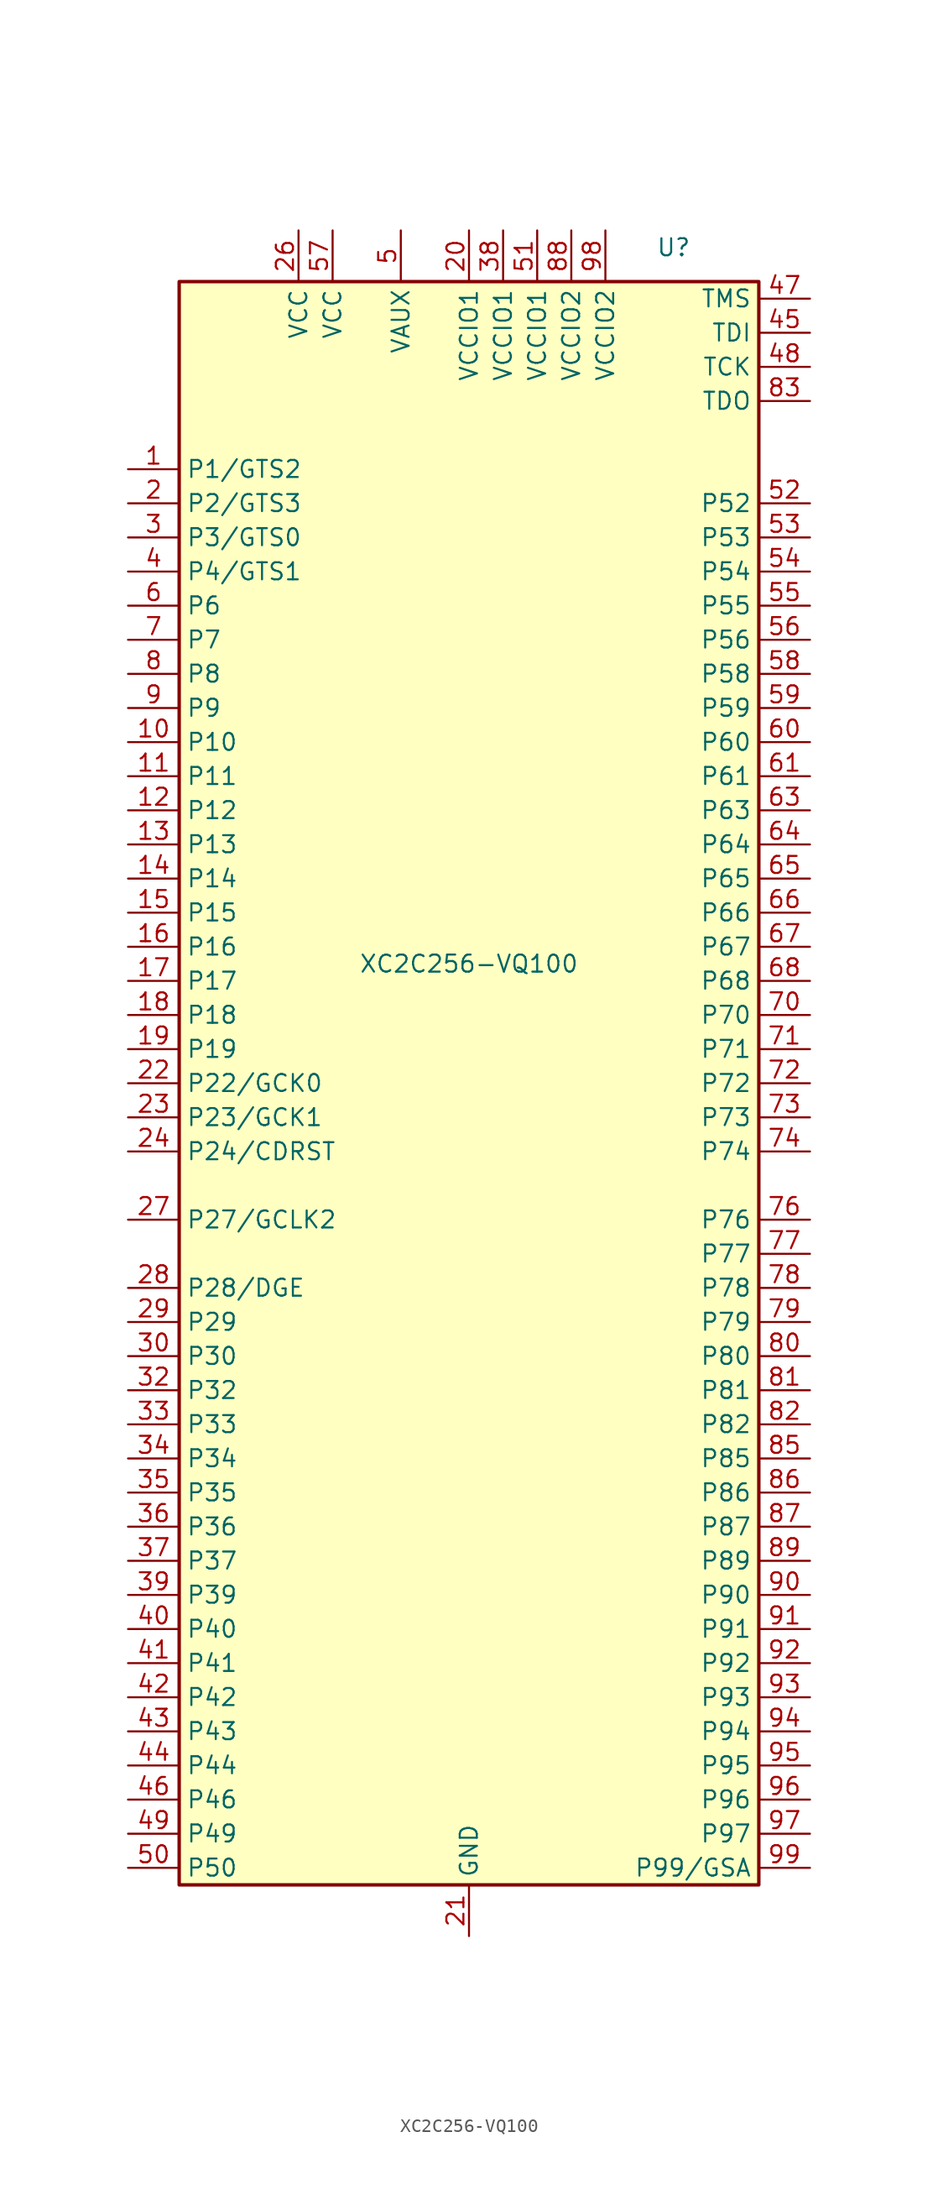
<source format=kicad_sym>
(kicad_symbol_lib
  (version 20201005)
  (generator kicad_symbol_editor)
  (symbol "XC2C256-VQ100"
    (property "Reference" "U"
      (at 15.24 62.23 0)
      (effects (font (size 1.27 1.27))))
    (property "Value" "XC2C256-VQ100"
      (at 0 8.89 0)
      (effects (font (size 1.27 1.27))))
    (symbol "XC2C256-VQ100_0_1"
      (rectangle (start -21.59 59.69) (end 21.59 -59.69) (stroke (width 0.254)) (fill (type background))))
    (symbol "XC2C256-VQ100_1_1"
      (pin bidirectional line (at -25.4 45.72 0) (length 3.81) (name "P1/GTS2" (effects (font (size 1.27 1.27)))) (number "1" (effects (font (size 1.27 1.27)))))
      (pin bidirectional line (at -25.4 25.4 0) (length 3.81) (name "P10" (effects (font (size 1.27 1.27)))) (number "10" (effects (font (size 1.27 1.27)))))
      (pin passive line (at 0 -63.5 90) (length 3.81) hide (name "GND" (effects (font (size 1.27 1.27)))) (number "100" (effects (font (size 1.27 1.27)))))
      (pin bidirectional line (at -25.4 22.86 0) (length 3.81) (name "P11" (effects (font (size 1.27 1.27)))) (number "11" (effects (font (size 1.27 1.27)))))
      (pin bidirectional line (at -25.4 20.32 0) (length 3.81) (name "P12" (effects (font (size 1.27 1.27)))) (number "12" (effects (font (size 1.27 1.27)))))
      (pin bidirectional line (at -25.4 17.78 0) (length 3.81) (name "P13" (effects (font (size 1.27 1.27)))) (number "13" (effects (font (size 1.27 1.27)))))
      (pin bidirectional line (at -25.4 15.24 0) (length 3.81) (name "P14" (effects (font (size 1.27 1.27)))) (number "14" (effects (font (size 1.27 1.27)))))
      (pin bidirectional line (at -25.4 12.7 0) (length 3.81) (name "P15" (effects (font (size 1.27 1.27)))) (number "15" (effects (font (size 1.27 1.27)))))
      (pin bidirectional line (at -25.4 10.16 0) (length 3.81) (name "P16" (effects (font (size 1.27 1.27)))) (number "16" (effects (font (size 1.27 1.27)))))
      (pin bidirectional line (at -25.4 7.62 0) (length 3.81) (name "P17" (effects (font (size 1.27 1.27)))) (number "17" (effects (font (size 1.27 1.27)))))
      (pin bidirectional line (at -25.4 5.08 0) (length 3.81) (name "P18" (effects (font (size 1.27 1.27)))) (number "18" (effects (font (size 1.27 1.27)))))
      (pin bidirectional line (at -25.4 2.54 0) (length 3.81) (name "P19" (effects (font (size 1.27 1.27)))) (number "19" (effects (font (size 1.27 1.27)))))
      (pin bidirectional line (at -25.4 43.18 0) (length 3.81) (name "P2/GTS3" (effects (font (size 1.27 1.27)))) (number "2" (effects (font (size 1.27 1.27)))))
      (pin power_in line (at 0 63.5 270) (length 3.81) (name "VCCIO1" (effects (font (size 1.27 1.27)))) (number "20" (effects (font (size 1.27 1.27)))))
      (pin power_in line (at 0 -63.5 90) (length 3.81) (name "GND" (effects (font (size 1.27 1.27)))) (number "21" (effects (font (size 1.27 1.27)))))
      (pin bidirectional line (at -25.4 0 0) (length 3.81) (name "P22/GCK0" (effects (font (size 1.27 1.27)))) (number "22" (effects (font (size 1.27 1.27)))))
      (pin bidirectional line (at -25.4 -2.54 0) (length 3.81) (name "P23/GCK1" (effects (font (size 1.27 1.27)))) (number "23" (effects (font (size 1.27 1.27)))))
      (pin bidirectional line (at -25.4 -5.08 0) (length 3.81) (name "P24/CDRST" (effects (font (size 1.27 1.27)))) (number "24" (effects (font (size 1.27 1.27)))))
      (pin passive line (at 0 -63.5 90) (length 3.81) hide (name "GND" (effects (font (size 1.27 1.27)))) (number "25" (effects (font (size 1.27 1.27)))))
      (pin power_in line (at -12.7 63.5 270) (length 3.81) (name "VCC" (effects (font (size 1.27 1.27)))) (number "26" (effects (font (size 1.27 1.27)))))
      (pin bidirectional line (at -25.4 -10.16 0) (length 3.81) (name "P27/GCLK2" (effects (font (size 1.27 1.27)))) (number "27" (effects (font (size 1.27 1.27)))))
      (pin bidirectional line (at -25.4 -15.24 0) (length 3.81) (name "P28/DGE" (effects (font (size 1.27 1.27)))) (number "28" (effects (font (size 1.27 1.27)))))
      (pin bidirectional line (at -25.4 -17.78 0) (length 3.81) (name "P29" (effects (font (size 1.27 1.27)))) (number "29" (effects (font (size 1.27 1.27)))))
      (pin bidirectional line (at -25.4 40.64 0) (length 3.81) (name "P3/GTS0" (effects (font (size 1.27 1.27)))) (number "3" (effects (font (size 1.27 1.27)))))
      (pin bidirectional line (at -25.4 -20.32 0) (length 3.81) (name "P30" (effects (font (size 1.27 1.27)))) (number "30" (effects (font (size 1.27 1.27)))))
      (pin passive line (at 0 -63.5 90) (length 3.81) hide (name "GND" (effects (font (size 1.27 1.27)))) (number "31" (effects (font (size 1.27 1.27)))))
      (pin bidirectional line (at -25.4 -22.86 0) (length 3.81) (name "P32" (effects (font (size 1.27 1.27)))) (number "32" (effects (font (size 1.27 1.27)))))
      (pin bidirectional line (at -25.4 -25.4 0) (length 3.81) (name "P33" (effects (font (size 1.27 1.27)))) (number "33" (effects (font (size 1.27 1.27)))))
      (pin bidirectional line (at -25.4 -27.94 0) (length 3.81) (name "P34" (effects (font (size 1.27 1.27)))) (number "34" (effects (font (size 1.27 1.27)))))
      (pin bidirectional line (at -25.4 -30.48 0) (length 3.81) (name "P35" (effects (font (size 1.27 1.27)))) (number "35" (effects (font (size 1.27 1.27)))))
      (pin bidirectional line (at -25.4 -33.02 0) (length 3.81) (name "P36" (effects (font (size 1.27 1.27)))) (number "36" (effects (font (size 1.27 1.27)))))
      (pin bidirectional line (at -25.4 -35.56 0) (length 3.81) (name "P37" (effects (font (size 1.27 1.27)))) (number "37" (effects (font (size 1.27 1.27)))))
      (pin power_in line (at 2.54 63.5 270) (length 3.81) (name "VCCIO1" (effects (font (size 1.27 1.27)))) (number "38" (effects (font (size 1.27 1.27)))))
      (pin bidirectional line (at -25.4 -38.1 0) (length 3.81) (name "P39" (effects (font (size 1.27 1.27)))) (number "39" (effects (font (size 1.27 1.27)))))
      (pin bidirectional line (at -25.4 38.1 0) (length 3.81) (name "P4/GTS1" (effects (font (size 1.27 1.27)))) (number "4" (effects (font (size 1.27 1.27)))))
      (pin bidirectional line (at -25.4 -40.64 0) (length 3.81) (name "P40" (effects (font (size 1.27 1.27)))) (number "40" (effects (font (size 1.27 1.27)))))
      (pin bidirectional line (at -25.4 -43.18 0) (length 3.81) (name "P41" (effects (font (size 1.27 1.27)))) (number "41" (effects (font (size 1.27 1.27)))))
      (pin bidirectional line (at -25.4 -45.72 0) (length 3.81) (name "P42" (effects (font (size 1.27 1.27)))) (number "42" (effects (font (size 1.27 1.27)))))
      (pin bidirectional line (at -25.4 -48.26 0) (length 3.81) (name "P43" (effects (font (size 1.27 1.27)))) (number "43" (effects (font (size 1.27 1.27)))))
      (pin bidirectional line (at -25.4 -50.8 0) (length 3.81) (name "P44" (effects (font (size 1.27 1.27)))) (number "44" (effects (font (size 1.27 1.27)))))
      (pin input line (at 25.4 55.88 180) (length 3.81) (name "TDI" (effects (font (size 1.27 1.27)))) (number "45" (effects (font (size 1.27 1.27)))))
      (pin bidirectional line (at -25.4 -53.34 0) (length 3.81) (name "P46" (effects (font (size 1.27 1.27)))) (number "46" (effects (font (size 1.27 1.27)))))
      (pin input line (at 25.4 58.42 180) (length 3.81) (name "TMS" (effects (font (size 1.27 1.27)))) (number "47" (effects (font (size 1.27 1.27)))))
      (pin input line (at 25.4 53.34 180) (length 3.81) (name "TCK" (effects (font (size 1.27 1.27)))) (number "48" (effects (font (size 1.27 1.27)))))
      (pin bidirectional line (at -25.4 -55.88 0) (length 3.81) (name "P49" (effects (font (size 1.27 1.27)))) (number "49" (effects (font (size 1.27 1.27)))))
      (pin power_in line (at -5.08 63.5 270) (length 3.81) (name "VAUX" (effects (font (size 1.27 1.27)))) (number "5" (effects (font (size 1.27 1.27)))))
      (pin bidirectional line (at -25.4 -58.42 0) (length 3.81) (name "P50" (effects (font (size 1.27 1.27)))) (number "50" (effects (font (size 1.27 1.27)))))
      (pin power_in line (at 5.08 63.5 270) (length 3.81) (name "VCCIO1" (effects (font (size 1.27 1.27)))) (number "51" (effects (font (size 1.27 1.27)))))
      (pin bidirectional line (at 25.4 43.18 180) (length 3.81) (name "P52" (effects (font (size 1.27 1.27)))) (number "52" (effects (font (size 1.27 1.27)))))
      (pin bidirectional line (at 25.4 40.64 180) (length 3.81) (name "P53" (effects (font (size 1.27 1.27)))) (number "53" (effects (font (size 1.27 1.27)))))
      (pin bidirectional line (at 25.4 38.1 180) (length 3.81) (name "P54" (effects (font (size 1.27 1.27)))) (number "54" (effects (font (size 1.27 1.27)))))
      (pin bidirectional line (at 25.4 35.56 180) (length 3.81) (name "P55" (effects (font (size 1.27 1.27)))) (number "55" (effects (font (size 1.27 1.27)))))
      (pin bidirectional line (at 25.4 33.02 180) (length 3.81) (name "P56" (effects (font (size 1.27 1.27)))) (number "56" (effects (font (size 1.27 1.27)))))
      (pin power_in line (at -10.16 63.5 270) (length 3.81) (name "VCC" (effects (font (size 1.27 1.27)))) (number "57" (effects (font (size 1.27 1.27)))))
      (pin bidirectional line (at 25.4 30.48 180) (length 3.81) (name "P58" (effects (font (size 1.27 1.27)))) (number "58" (effects (font (size 1.27 1.27)))))
      (pin bidirectional line (at 25.4 27.94 180) (length 3.81) (name "P59" (effects (font (size 1.27 1.27)))) (number "59" (effects (font (size 1.27 1.27)))))
      (pin bidirectional line (at -25.4 35.56 0) (length 3.81) (name "P6" (effects (font (size 1.27 1.27)))) (number "6" (effects (font (size 1.27 1.27)))))
      (pin bidirectional line (at 25.4 25.4 180) (length 3.81) (name "P60" (effects (font (size 1.27 1.27)))) (number "60" (effects (font (size 1.27 1.27)))))
      (pin bidirectional line (at 25.4 22.86 180) (length 3.81) (name "P61" (effects (font (size 1.27 1.27)))) (number "61" (effects (font (size 1.27 1.27)))))
      (pin passive line (at 0 -63.5 90) (length 3.81) hide (name "GND" (effects (font (size 1.27 1.27)))) (number "62" (effects (font (size 1.27 1.27)))))
      (pin bidirectional line (at 25.4 20.32 180) (length 3.81) (name "P63" (effects (font (size 1.27 1.27)))) (number "63" (effects (font (size 1.27 1.27)))))
      (pin bidirectional line (at 25.4 17.78 180) (length 3.81) (name "P64" (effects (font (size 1.27 1.27)))) (number "64" (effects (font (size 1.27 1.27)))))
      (pin bidirectional line (at 25.4 15.24 180) (length 3.81) (name "P65" (effects (font (size 1.27 1.27)))) (number "65" (effects (font (size 1.27 1.27)))))
      (pin bidirectional line (at 25.4 12.7 180) (length 3.81) (name "P66" (effects (font (size 1.27 1.27)))) (number "66" (effects (font (size 1.27 1.27)))))
      (pin bidirectional line (at 25.4 10.16 180) (length 3.81) (name "P67" (effects (font (size 1.27 1.27)))) (number "67" (effects (font (size 1.27 1.27)))))
      (pin bidirectional line (at 25.4 7.62 180) (length 3.81) (name "P68" (effects (font (size 1.27 1.27)))) (number "68" (effects (font (size 1.27 1.27)))))
      (pin passive line (at 0 -63.5 90) (length 3.81) hide (name "GND" (effects (font (size 1.27 1.27)))) (number "69" (effects (font (size 1.27 1.27)))))
      (pin bidirectional line (at -25.4 33.02 0) (length 3.81) (name "P7" (effects (font (size 1.27 1.27)))) (number "7" (effects (font (size 1.27 1.27)))))
      (pin bidirectional line (at 25.4 5.08 180) (length 3.81) (name "P70" (effects (font (size 1.27 1.27)))) (number "70" (effects (font (size 1.27 1.27)))))
      (pin bidirectional line (at 25.4 2.54 180) (length 3.81) (name "P71" (effects (font (size 1.27 1.27)))) (number "71" (effects (font (size 1.27 1.27)))))
      (pin bidirectional line (at 25.4 0 180) (length 3.81) (name "P72" (effects (font (size 1.27 1.27)))) (number "72" (effects (font (size 1.27 1.27)))))
      (pin bidirectional line (at 25.4 -2.54 180) (length 3.81) (name "P73" (effects (font (size 1.27 1.27)))) (number "73" (effects (font (size 1.27 1.27)))))
      (pin bidirectional line (at 25.4 -5.08 180) (length 3.81) (name "P74" (effects (font (size 1.27 1.27)))) (number "74" (effects (font (size 1.27 1.27)))))
      (pin passive line (at 0 -63.5 90) (length 3.81) hide (name "GND" (effects (font (size 1.27 1.27)))) (number "75" (effects (font (size 1.27 1.27)))))
      (pin bidirectional line (at 25.4 -10.16 180) (length 3.81) (name "P76" (effects (font (size 1.27 1.27)))) (number "76" (effects (font (size 1.27 1.27)))))
      (pin bidirectional line (at 25.4 -12.7 180) (length 3.81) (name "P77" (effects (font (size 1.27 1.27)))) (number "77" (effects (font (size 1.27 1.27)))))
      (pin bidirectional line (at 25.4 -15.24 180) (length 3.81) (name "P78" (effects (font (size 1.27 1.27)))) (number "78" (effects (font (size 1.27 1.27)))))
      (pin bidirectional line (at 25.4 -17.78 180) (length 3.81) (name "P79" (effects (font (size 1.27 1.27)))) (number "79" (effects (font (size 1.27 1.27)))))
      (pin bidirectional line (at -25.4 30.48 0) (length 3.81) (name "P8" (effects (font (size 1.27 1.27)))) (number "8" (effects (font (size 1.27 1.27)))))
      (pin bidirectional line (at 25.4 -20.32 180) (length 3.81) (name "P80" (effects (font (size 1.27 1.27)))) (number "80" (effects (font (size 1.27 1.27)))))
      (pin bidirectional line (at 25.4 -22.86 180) (length 3.81) (name "P81" (effects (font (size 1.27 1.27)))) (number "81" (effects (font (size 1.27 1.27)))))
      (pin bidirectional line (at 25.4 -25.4 180) (length 3.81) (name "P82" (effects (font (size 1.27 1.27)))) (number "82" (effects (font (size 1.27 1.27)))))
      (pin output line (at 25.4 50.8 180) (length 3.81) (name "TDO" (effects (font (size 1.27 1.27)))) (number "83" (effects (font (size 1.27 1.27)))))
      (pin passive line (at 0 -63.5 90) (length 3.81) hide (name "GND" (effects (font (size 1.27 1.27)))) (number "84" (effects (font (size 1.27 1.27)))))
      (pin bidirectional line (at 25.4 -27.94 180) (length 3.81) (name "P85" (effects (font (size 1.27 1.27)))) (number "85" (effects (font (size 1.27 1.27)))))
      (pin bidirectional line (at 25.4 -30.48 180) (length 3.81) (name "P86" (effects (font (size 1.27 1.27)))) (number "86" (effects (font (size 1.27 1.27)))))
      (pin bidirectional line (at 25.4 -33.02 180) (length 3.81) (name "P87" (effects (font (size 1.27 1.27)))) (number "87" (effects (font (size 1.27 1.27)))))
      (pin power_in line (at 7.62 63.5 270) (length 3.81) (name "VCCIO2" (effects (font (size 1.27 1.27)))) (number "88" (effects (font (size 1.27 1.27)))))
      (pin bidirectional line (at 25.4 -35.56 180) (length 3.81) (name "P89" (effects (font (size 1.27 1.27)))) (number "89" (effects (font (size 1.27 1.27)))))
      (pin bidirectional line (at -25.4 27.94 0) (length 3.81) (name "P9" (effects (font (size 1.27 1.27)))) (number "9" (effects (font (size 1.27 1.27)))))
      (pin bidirectional line (at 25.4 -38.1 180) (length 3.81) (name "P90" (effects (font (size 1.27 1.27)))) (number "90" (effects (font (size 1.27 1.27)))))
      (pin bidirectional line (at 25.4 -40.64 180) (length 3.81) (name "P91" (effects (font (size 1.27 1.27)))) (number "91" (effects (font (size 1.27 1.27)))))
      (pin bidirectional line (at 25.4 -43.18 180) (length 3.81) (name "P92" (effects (font (size 1.27 1.27)))) (number "92" (effects (font (size 1.27 1.27)))))
      (pin bidirectional line (at 25.4 -45.72 180) (length 3.81) (name "P93" (effects (font (size 1.27 1.27)))) (number "93" (effects (font (size 1.27 1.27)))))
      (pin bidirectional line (at 25.4 -48.26 180) (length 3.81) (name "P94" (effects (font (size 1.27 1.27)))) (number "94" (effects (font (size 1.27 1.27)))))
      (pin bidirectional line (at 25.4 -50.8 180) (length 3.81) (name "P95" (effects (font (size 1.27 1.27)))) (number "95" (effects (font (size 1.27 1.27)))))
      (pin bidirectional line (at 25.4 -53.34 180) (length 3.81) (name "P96" (effects (font (size 1.27 1.27)))) (number "96" (effects (font (size 1.27 1.27)))))
      (pin bidirectional line (at 25.4 -55.88 180) (length 3.81) (name "P97" (effects (font (size 1.27 1.27)))) (number "97" (effects (font (size 1.27 1.27)))))
      (pin power_in line (at 10.16 63.5 270) (length 3.81) (name "VCCIO2" (effects (font (size 1.27 1.27)))) (number "98" (effects (font (size 1.27 1.27)))))
      (pin bidirectional line (at 25.4 -58.42 180) (length 3.81) (name "P99/GSA" (effects (font (size 1.27 1.27)))) (number "99" (effects (font (size 1.27 1.27))))))))
</source>
